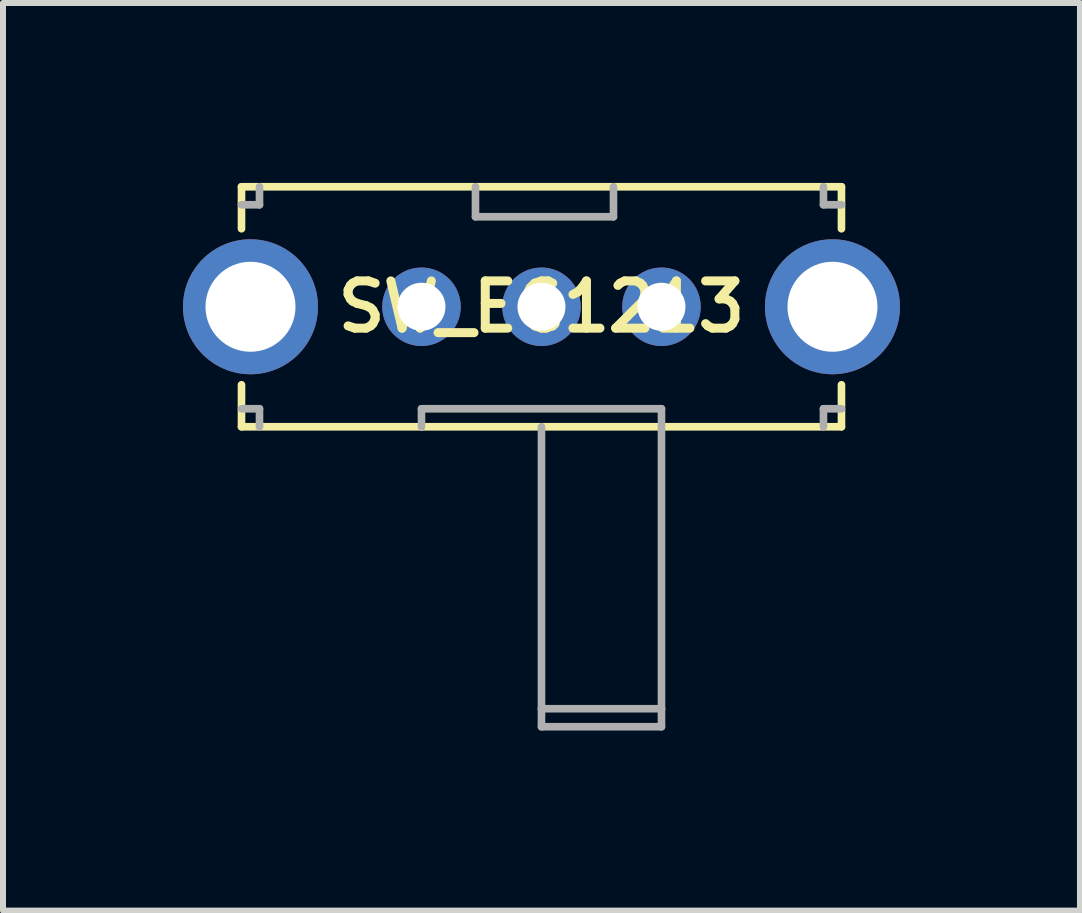
<source format=kicad_pcb>
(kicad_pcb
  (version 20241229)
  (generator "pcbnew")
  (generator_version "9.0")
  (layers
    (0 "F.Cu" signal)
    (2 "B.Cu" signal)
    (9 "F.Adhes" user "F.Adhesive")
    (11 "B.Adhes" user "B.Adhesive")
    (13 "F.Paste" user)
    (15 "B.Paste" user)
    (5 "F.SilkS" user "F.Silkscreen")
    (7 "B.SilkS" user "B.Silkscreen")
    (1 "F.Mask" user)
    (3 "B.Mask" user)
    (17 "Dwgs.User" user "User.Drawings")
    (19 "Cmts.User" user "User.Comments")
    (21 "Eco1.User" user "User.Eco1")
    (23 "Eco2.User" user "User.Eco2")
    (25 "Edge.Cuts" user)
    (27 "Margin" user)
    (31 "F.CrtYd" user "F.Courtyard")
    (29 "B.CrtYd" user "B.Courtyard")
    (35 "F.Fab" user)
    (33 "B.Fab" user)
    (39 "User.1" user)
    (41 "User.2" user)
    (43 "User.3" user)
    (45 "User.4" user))
  (footprint "SW_EG1213"
    (layer "F.Cu")
    (at 5.975 2.063)
    (property "Reference" "SW_EG1213" (at 0 0 0) (layer "F.SilkS") (effects (font (size 0.787 0.787) (thickness 0.15))))
    (attr through_hole)
    (fp_line (start -5 -2) (end -5 -1.3) (stroke (width 0.127) (type solid)) (layer "F.SilkS"))
    (fp_line (start -5 -2) (end 5 -2) (stroke (width 0.127) (type solid)) (layer "F.SilkS"))
    (fp_line (start -5 1.3) (end -5 2) (stroke (width 0.127) (type solid)) (layer "F.SilkS"))
    (fp_line (start -2 2) (end -5 2) (stroke (width 0.127) (type solid)) (layer "F.SilkS"))
    (fp_line (start 0 2) (end -2 2) (stroke (width 0.127) (type solid)) (layer "F.SilkS"))
    (fp_line (start 2 2) (end 0 2) (stroke (width 0.127) (type solid)) (layer "F.SilkS"))
    (fp_line (start 5 -2) (end 5 -1.3) (stroke (width 0.127) (type solid)) (layer "F.SilkS"))
    (fp_line (start 5 1.3) (end 5 2) (stroke (width 0.127) (type solid)) (layer "F.SilkS"))
    (fp_line (start 5 2) (end 2 2) (stroke (width 0.127) (type solid)) (layer "F.SilkS"))
    (fp_line (start -5 1.7) (end -4.7 1.7) (stroke (width 0.127) (type solid)) (layer "F.Fab"))
    (fp_line (start -4.7 -2) (end -4.7 -1.7) (stroke (width 0.127) (type solid)) (layer "F.Fab"))
    (fp_line (start -4.7 -1.7) (end -5 -1.7) (stroke (width 0.127) (type solid)) (layer "F.Fab"))
    (fp_line (start -4.7 1.7) (end -4.7 2) (stroke (width 0.127) (type solid)) (layer "F.Fab"))
    (fp_line (start -2 1.7) (end -2 2) (stroke (width 0.127) (type solid)) (layer "F.Fab"))
    (fp_line (start -1.1 -2) (end -1.1 -1.5) (stroke (width 0.127) (type solid)) (layer "F.Fab"))
    (fp_line (start -1.1 -1.5) (end 1.2 -1.5) (stroke (width 0.127) (type solid)) (layer "F.Fab"))
    (fp_line (start 0 6.7) (end 0 2) (stroke (width 0.127) (type solid)) (layer "F.Fab"))
    (fp_line (start 0 6.7) (end 2 6.7) (stroke (width 0.127) (type solid)) (layer "F.Fab"))
    (fp_line (start 0 7) (end 0 6.7) (stroke (width 0.127) (type solid)) (layer "F.Fab"))
    (fp_line (start 1.2 -1.5) (end 1.2 -2) (stroke (width 0.127) (type solid)) (layer "F.Fab"))
    (fp_line (start 2 1.7) (end -2 1.7) (stroke (width 0.127) (type solid)) (layer "F.Fab"))
    (fp_line (start 2 1.7) (end 2 6.7) (stroke (width 0.127) (type solid)) (layer "F.Fab"))
    (fp_line (start 2 6.7) (end 2 7) (stroke (width 0.127) (type solid)) (layer "F.Fab"))
    (fp_line (start 2 7) (end 0 7) (stroke (width 0.127) (type solid)) (layer "F.Fab"))
    (fp_line (start 4.7 -2) (end 4.7 -1.7) (stroke (width 0.127) (type solid)) (layer "F.Fab"))
    (fp_line (start 4.7 -1.7) (end 5 -1.7) (stroke (width 0.127) (type solid)) (layer "F.Fab"))
    (fp_line (start 4.7 1.7) (end 4.7 2) (stroke (width 0.127) (type solid)) (layer "F.Fab"))
    (fp_line (start 5 1.7) (end 4.7 1.7) (stroke (width 0.127) (type solid)) (layer "F.Fab"))
    (pad "1" thru_hole circle (at -2 0) (size 1.308 1.308) (drill 0.8) (layers "*.Cu" "*.Mask"))
    (pad "2" thru_hole circle (at 0 0) (size 1.308 1.308) (drill 0.8) (layers "*.Cu" "*.Mask"))
    (pad "3" thru_hole circle (at 2 0) (size 1.308 1.308) (drill 0.8) (layers "*.Cu" "*.Mask"))
    (pad "P$4" thru_hole circle (at -4.85 0) (size 2.25 2.25) (drill 1.5) (layers "*.Cu" "*.Mask"))
    (pad "P$5" thru_hole circle (at 4.85 0) (size 2.25 2.25) (drill 1.5) (layers "*.Cu" "*.Mask")))
  (gr_rect
    (start -3 -3)
    (end 14.95 12.127)
    (stroke (width 0.1) (type default))
    (fill no)
    (layer "Edge.Cuts")))
</source>
